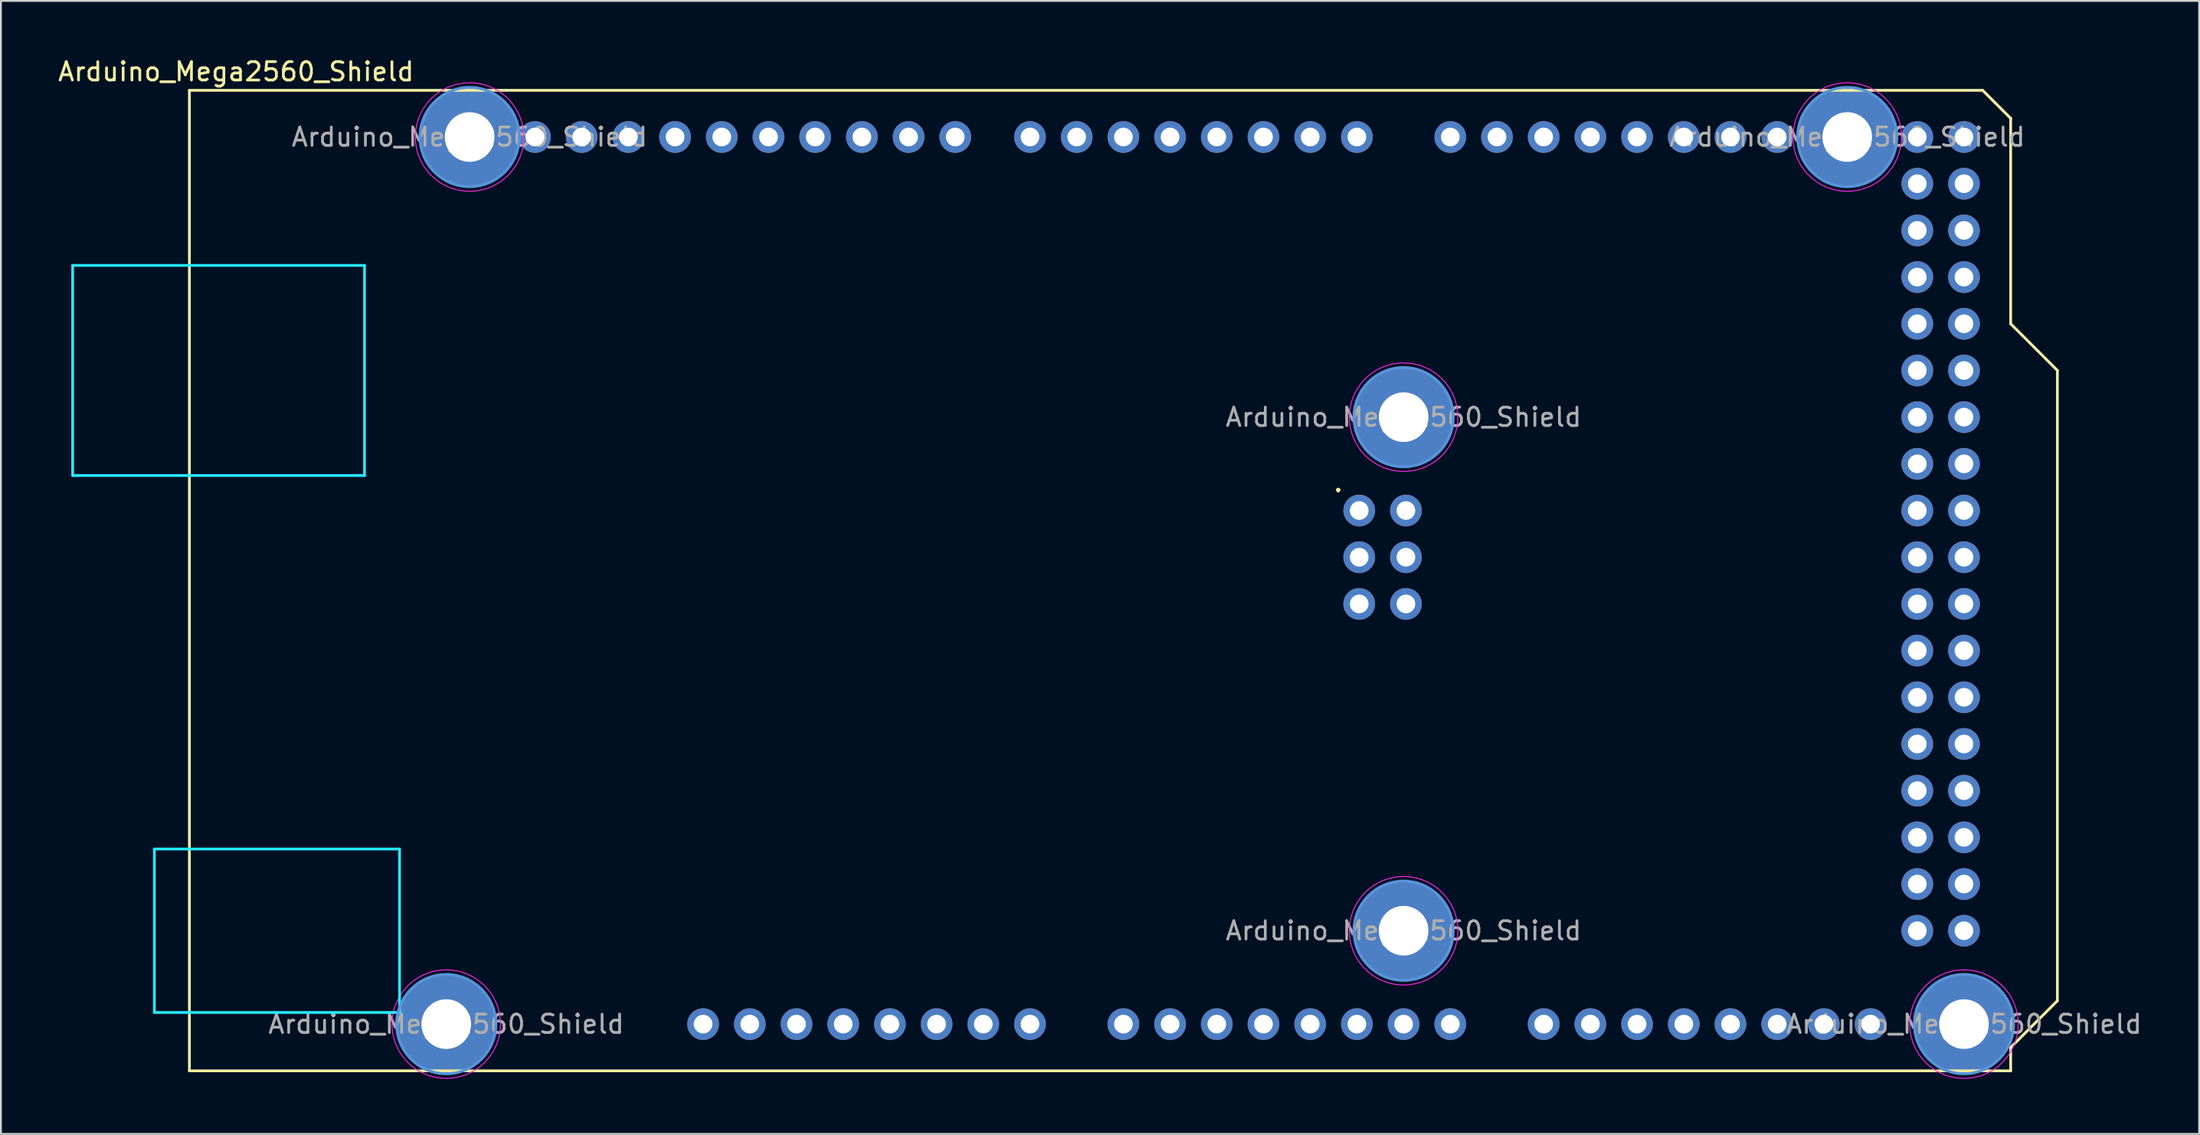
<source format=kicad_pcb>
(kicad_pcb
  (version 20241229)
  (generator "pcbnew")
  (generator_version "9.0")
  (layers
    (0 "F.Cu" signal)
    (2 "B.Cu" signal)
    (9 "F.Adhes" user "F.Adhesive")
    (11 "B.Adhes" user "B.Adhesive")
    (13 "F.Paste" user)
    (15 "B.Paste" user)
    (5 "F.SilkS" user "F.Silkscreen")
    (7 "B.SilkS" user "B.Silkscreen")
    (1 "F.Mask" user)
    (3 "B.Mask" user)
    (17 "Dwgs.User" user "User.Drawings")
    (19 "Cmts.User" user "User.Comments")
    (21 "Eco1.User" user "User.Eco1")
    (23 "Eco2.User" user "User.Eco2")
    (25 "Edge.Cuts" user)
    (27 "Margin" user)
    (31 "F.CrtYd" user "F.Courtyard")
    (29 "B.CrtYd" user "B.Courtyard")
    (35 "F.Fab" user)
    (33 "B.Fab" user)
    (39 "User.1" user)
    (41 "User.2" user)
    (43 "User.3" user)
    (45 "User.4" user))
  (footprint "Arduino_Mega2560_Shield"
    (layer "F.Cu")
    (at 7.252 55.204)
    (property "Reference" "Arduino_Mega2560_Shield" (at 2.54 -54.356 0) (layer "F.SilkS") (effects (font (size 1 1) (thickness 0.15))))
    (attr through_hole exclude_from_bom)
    (fp_line (start 0 -53.34) (end 0 0) (stroke (width 0.15) (type solid)) (layer "F.SilkS"))
    (fp_line (start 0 -53.34) (end 97.536 -53.34) (stroke (width 0.15) (type solid)) (layer "F.SilkS"))
    (fp_line (start 0 0) (end 99.06 0) (stroke (width 0.15) (type solid)) (layer "F.SilkS"))
    (fp_line (start 97.536 -53.34) (end 99.06 -51.816) (stroke (width 0.15) (type solid)) (layer "F.SilkS"))
    (fp_line (start 99.06 -40.64) (end 99.06 -51.816) (stroke (width 0.15) (type solid)) (layer "F.SilkS"))
    (fp_line (start 99.06 -1.27) (end 101.6 -3.81) (stroke (width 0.15) (type solid)) (layer "F.SilkS"))
    (fp_line (start 99.06 0) (end 99.06 -1.27) (stroke (width 0.15) (type solid)) (layer "F.SilkS"))
    (fp_line (start 101.6 -38.1) (end 99.06 -40.64) (stroke (width 0.15) (type solid)) (layer "F.SilkS"))
    (fp_line (start 101.6 -3.81) (end 101.6 -38.1) (stroke (width 0.15) (type solid)) (layer "F.SilkS"))
    (fp_circle (center 13.97 -2.54) (end 16.67 -2.54) (stroke (width 0.15) (type solid)) (fill no) (layer "Cmts.User"))
    (fp_circle (center 15.24 -50.8) (end 17.94 -50.8) (stroke (width 0.15) (type solid)) (fill no) (layer "Cmts.User"))
    (fp_circle (center 66.04 -35.56) (end 68.74 -35.56) (stroke (width 0.15) (type solid)) (fill no) (layer "Cmts.User"))
    (fp_circle (center 66.04 -7.62) (end 68.74 -7.62) (stroke (width 0.15) (type solid)) (fill no) (layer "Cmts.User"))
    (fp_circle (center 90.17 -50.8) (end 92.87 -50.8) (stroke (width 0.15) (type solid)) (fill no) (layer "Cmts.User"))
    (fp_circle (center 96.52 -2.54) (end 99.22 -2.54) (stroke (width 0.15) (type solid)) (fill no) (layer "Cmts.User"))
    (fp_line (start -6.35 -43.815) (end -6.35 -32.385) (stroke (width 0.15) (type solid)) (layer "B.CrtYd"))
    (fp_line (start -1.905 -12.065) (end -1.905 -3.175) (stroke (width 0.15) (type solid)) (layer "B.CrtYd"))
    (fp_line (start -1.905 -12.065) (end 11.43 -12.065) (stroke (width 0.15) (type solid)) (layer "B.CrtYd"))
    (fp_line (start -1.905 -3.175) (end 11.43 -3.175) (stroke (width 0.15) (type solid)) (layer "B.CrtYd"))
    (fp_line (start 9.525 -43.815) (end -6.35 -43.815) (stroke (width 0.15) (type solid)) (layer "B.CrtYd"))
    (fp_line (start 9.525 -43.815) (end 9.525 -32.385) (stroke (width 0.15) (type solid)) (layer "B.CrtYd"))
    (fp_line (start 9.525 -32.385) (end -6.35 -32.385) (stroke (width 0.15) (type solid)) (layer "B.CrtYd"))
    (fp_line (start 11.43 -12.065) (end 11.43 -3.175) (stroke (width 0.15) (type solid)) (layer "B.CrtYd"))
    (fp_circle (center 13.97 -2.54) (end 16.92 -2.54) (stroke (width 0.05) (type solid)) (fill no) (layer "F.CrtYd"))
    (fp_circle (center 15.24 -50.8) (end 18.19 -50.8) (stroke (width 0.05) (type solid)) (fill no) (layer "F.CrtYd"))
    (fp_circle (center 66.04 -35.56) (end 68.99 -35.56) (stroke (width 0.05) (type solid)) (fill no) (layer "F.CrtYd"))
    (fp_circle (center 66.04 -7.62) (end 68.99 -7.62) (stroke (width 0.05) (type solid)) (fill no) (layer "F.CrtYd"))
    (fp_circle (center 90.17 -50.8) (end 93.12 -50.8) (stroke (width 0.05) (type solid)) (fill no) (layer "F.CrtYd"))
    (fp_circle (center 96.52 -2.54) (end 99.47 -2.54) (stroke (width 0.05) (type solid)) (fill no) (layer "F.CrtYd"))
    (fp_text user "." (at 62.484 -32.004 0) (layer "F.SilkS") (effects (font (size 1 1) (thickness 0.15))))
    (fp_text user "${REFERENCE}" (at 13.97 -2.54 0) (layer "F.Fab") (effects (font (size 1 1) (thickness 0.15))))
    (fp_text user "${REFERENCE}" (at 66.04 -35.56 0) (layer "F.Fab") (effects (font (size 1 1) (thickness 0.15))))
    (fp_text user "${REFERENCE}" (at 15.24 -50.8 0) (layer "F.Fab") (effects (font (size 1 1) (thickness 0.15))))
    (fp_text user "${REFERENCE}" (at 90.17 -50.8 0) (layer "F.Fab") (effects (font (size 1 1) (thickness 0.15))))
    (fp_text user "${REFERENCE}" (at 96.52 -2.54 0) (layer "F.Fab") (effects (font (size 1 1) (thickness 0.15))))
    (fp_text user "${REFERENCE}" (at 66.04 -7.62 0) (layer "F.Fab") (effects (font (size 1 1) (thickness 0.15))))
    (pad "" thru_hole oval (at 27.94 -2.54) (size 1.727 1.727) (drill 1.016) (layers "*.Cu" "*.Mask"))
    (pad "1" thru_hole circle (at 13.97 -2.54) (size 5.4 5.4) (drill 2.7) (layers "*.Cu" "*.Mask"))
    (pad "1" thru_hole circle (at 15.24 -50.8) (size 5.4 5.4) (drill 2.7) (layers "*.Cu" "*.Mask"))
    (pad "1" thru_hole circle (at 66.04 -35.56) (size 5.4 5.4) (drill 2.7) (layers "*.Cu" "*.Mask"))
    (pad "1" thru_hole circle (at 66.04 -7.62) (size 5.4 5.4) (drill 2.7) (layers "*.Cu" "*.Mask"))
    (pad "1" thru_hole circle (at 90.17 -50.8) (size 5.4 5.4) (drill 2.7) (layers "*.Cu" "*.Mask"))
    (pad "1" thru_hole circle (at 96.52 -2.54) (size 5.4 5.4) (drill 2.7) (layers "*.Cu" "*.Mask"))
    (pad "3V3" thru_hole oval (at 35.56 -2.54) (size 1.727 1.727) (drill 1.016) (layers "*.Cu" "*.Mask"))
    (pad "5V1" thru_hole oval (at 38.1 -2.54) (size 1.727 1.727) (drill 1.016) (layers "*.Cu" "*.Mask"))
    (pad "5V2" thru_hole oval (at 66.167 -30.48) (size 1.727 1.727) (drill 1.016) (layers "*.Cu" "*.Mask"))
    (pad "5V3" thru_hole oval (at 93.98 -50.8) (size 1.727 1.727) (drill 1.016) (layers "*.Cu" "*.Mask"))
    (pad "5V4" thru_hole oval (at 96.52 -50.8) (size 1.727 1.727) (drill 1.016) (layers "*.Cu" "*.Mask"))
    (pad "A0" thru_hole oval (at 50.8 -2.54) (size 1.727 1.727) (drill 1.016) (layers "*.Cu" "*.Mask"))
    (pad "A1" thru_hole oval (at 53.34 -2.54) (size 1.727 1.727) (drill 1.016) (layers "*.Cu" "*.Mask"))
    (pad "A2" thru_hole oval (at 55.88 -2.54) (size 1.727 1.727) (drill 1.016) (layers "*.Cu" "*.Mask"))
    (pad "A3" thru_hole oval (at 58.42 -2.54) (size 1.727 1.727) (drill 1.016) (layers "*.Cu" "*.Mask"))
    (pad "A4" thru_hole oval (at 60.96 -2.54) (size 1.727 1.727) (drill 1.016) (layers "*.Cu" "*.Mask"))
    (pad "A5" thru_hole oval (at 63.5 -2.54) (size 1.727 1.727) (drill 1.016) (layers "*.Cu" "*.Mask"))
    (pad "A6" thru_hole oval (at 66.04 -2.54) (size 1.727 1.727) (drill 1.016) (layers "*.Cu" "*.Mask"))
    (pad "A7" thru_hole oval (at 68.58 -2.54) (size 1.727 1.727) (drill 1.016) (layers "*.Cu" "*.Mask"))
    (pad "A8" thru_hole oval (at 73.66 -2.54) (size 1.727 1.727) (drill 1.016) (layers "*.Cu" "*.Mask"))
    (pad "A9" thru_hole oval (at 76.2 -2.54) (size 1.727 1.727) (drill 1.016) (layers "*.Cu" "*.Mask"))
    (pad "A10" thru_hole oval (at 78.74 -2.54) (size 1.727 1.727) (drill 1.016) (layers "*.Cu" "*.Mask"))
    (pad "A11" thru_hole oval (at 81.28 -2.54) (size 1.727 1.727) (drill 1.016) (layers "*.Cu" "*.Mask"))
    (pad "A12" thru_hole oval (at 83.82 -2.54) (size 1.727 1.727) (drill 1.016) (layers "*.Cu" "*.Mask"))
    (pad "A13" thru_hole oval (at 86.36 -2.54) (size 1.727 1.727) (drill 1.016) (layers "*.Cu" "*.Mask"))
    (pad "A14" thru_hole oval (at 88.9 -2.54) (size 1.727 1.727) (drill 1.016) (layers "*.Cu" "*.Mask"))
    (pad "A15" thru_hole oval (at 91.44 -2.54) (size 1.727 1.727) (drill 1.016) (layers "*.Cu" "*.Mask"))
    (pad "AREF" thru_hole oval (at 23.876 -50.8) (size 1.727 1.727) (drill 1.016) (layers "*.Cu" "*.Mask"))
    (pad "D0" thru_hole oval (at 63.5 -50.8) (size 1.727 1.727) (drill 1.016) (layers "*.Cu" "*.Mask"))
    (pad "D1" thru_hole oval (at 60.96 -50.8) (size 1.727 1.727) (drill 1.016) (layers "*.Cu" "*.Mask"))
    (pad "D2" thru_hole oval (at 58.42 -50.8) (size 1.727 1.727) (drill 1.016) (layers "*.Cu" "*.Mask"))
    (pad "D3" thru_hole oval (at 55.88 -50.8) (size 1.727 1.727) (drill 1.016) (layers "*.Cu" "*.Mask"))
    (pad "D4" thru_hole oval (at 53.34 -50.8) (size 1.727 1.727) (drill 1.016) (layers "*.Cu" "*.Mask"))
    (pad "D5" thru_hole oval (at 50.8 -50.8) (size 1.727 1.727) (drill 1.016) (layers "*.Cu" "*.Mask"))
    (pad "D6" thru_hole oval (at 48.26 -50.8) (size 1.727 1.727) (drill 1.016) (layers "*.Cu" "*.Mask"))
    (pad "D7" thru_hole oval (at 45.72 -50.8) (size 1.727 1.727) (drill 1.016) (layers "*.Cu" "*.Mask"))
    (pad "D8" thru_hole oval (at 41.656 -50.8) (size 1.727 1.727) (drill 1.016) (layers "*.Cu" "*.Mask"))
    (pad "D9" thru_hole oval (at 39.116 -50.8) (size 1.727 1.727) (drill 1.016) (layers "*.Cu" "*.Mask"))
    (pad "D10" thru_hole oval (at 36.576 -50.8) (size 1.727 1.727) (drill 1.016) (layers "*.Cu" "*.Mask"))
    (pad "D11" thru_hole oval (at 34.036 -50.8) (size 1.727 1.727) (drill 1.016) (layers "*.Cu" "*.Mask"))
    (pad "D12" thru_hole oval (at 31.496 -50.8) (size 1.727 1.727) (drill 1.016) (layers "*.Cu" "*.Mask"))
    (pad "D13" thru_hole oval (at 28.956 -50.8) (size 1.727 1.727) (drill 1.016) (layers "*.Cu" "*.Mask"))
    (pad "D14" thru_hole oval (at 68.58 -50.8) (size 1.727 1.727) (drill 1.016) (layers "*.Cu" "*.Mask"))
    (pad "D15" thru_hole oval (at 71.12 -50.8) (size 1.727 1.727) (drill 1.016) (layers "*.Cu" "*.Mask"))
    (pad "D16" thru_hole oval (at 73.66 -50.8) (size 1.727 1.727) (drill 1.016) (layers "*.Cu" "*.Mask"))
    (pad "D17" thru_hole oval (at 76.2 -50.8) (size 1.727 1.727) (drill 1.016) (layers "*.Cu" "*.Mask"))
    (pad "D18" thru_hole oval (at 78.74 -50.8) (size 1.727 1.727) (drill 1.016) (layers "*.Cu" "*.Mask"))
    (pad "D19" thru_hole oval (at 81.28 -50.8) (size 1.727 1.727) (drill 1.016) (layers "*.Cu" "*.Mask"))
    (pad "D20" thru_hole oval (at 83.82 -50.8) (size 1.727 1.727) (drill 1.016) (layers "*.Cu" "*.Mask"))
    (pad "D21" thru_hole oval (at 86.36 -50.8) (size 1.727 1.727) (drill 1.016) (layers "*.Cu" "*.Mask"))
    (pad "D22" thru_hole oval (at 93.98 -48.26) (size 1.727 1.727) (drill 1.016) (layers "*.Cu" "*.Mask"))
    (pad "D23" thru_hole oval (at 96.52 -48.26) (size 1.727 1.727) (drill 1.016) (layers "*.Cu" "*.Mask"))
    (pad "D24" thru_hole oval (at 93.98 -45.72) (size 1.727 1.727) (drill 1.016) (layers "*.Cu" "*.Mask"))
    (pad "D25" thru_hole oval (at 96.52 -45.72) (size 1.727 1.727) (drill 1.016) (layers "*.Cu" "*.Mask"))
    (pad "D26" thru_hole oval (at 93.98 -43.18) (size 1.727 1.727) (drill 1.016) (layers "*.Cu" "*.Mask"))
    (pad "D27" thru_hole oval (at 96.52 -43.18) (size 1.727 1.727) (drill 1.016) (layers "*.Cu" "*.Mask"))
    (pad "D28" thru_hole oval (at 93.98 -40.64) (size 1.727 1.727) (drill 1.016) (layers "*.Cu" "*.Mask"))
    (pad "D29" thru_hole oval (at 96.52 -40.64) (size 1.727 1.727) (drill 1.016) (layers "*.Cu" "*.Mask"))
    (pad "D30" thru_hole oval (at 93.98 -38.1) (size 1.727 1.727) (drill 1.016) (layers "*.Cu" "*.Mask"))
    (pad "D31" thru_hole oval (at 96.52 -38.1) (size 1.727 1.727) (drill 1.016) (layers "*.Cu" "*.Mask"))
    (pad "D32" thru_hole oval (at 93.98 -35.56) (size 1.727 1.727) (drill 1.016) (layers "*.Cu" "*.Mask"))
    (pad "D33" thru_hole oval (at 96.52 -35.56) (size 1.727 1.727) (drill 1.016) (layers "*.Cu" "*.Mask"))
    (pad "D34" thru_hole oval (at 93.98 -33.02) (size 1.727 1.727) (drill 1.016) (layers "*.Cu" "*.Mask"))
    (pad "D35" thru_hole oval (at 96.52 -33.02) (size 1.727 1.727) (drill 1.016) (layers "*.Cu" "*.Mask"))
    (pad "D36" thru_hole oval (at 93.98 -30.48) (size 1.727 1.727) (drill 1.016) (layers "*.Cu" "*.Mask"))
    (pad "D37" thru_hole oval (at 96.52 -30.48) (size 1.727 1.727) (drill 1.016) (layers "*.Cu" "*.Mask"))
    (pad "D38" thru_hole oval (at 93.98 -27.94) (size 1.727 1.727) (drill 1.016) (layers "*.Cu" "*.Mask"))
    (pad "D39" thru_hole oval (at 96.52 -27.94) (size 1.727 1.727) (drill 1.016) (layers "*.Cu" "*.Mask"))
    (pad "D40" thru_hole oval (at 93.98 -25.4) (size 1.727 1.727) (drill 1.016) (layers "*.Cu" "*.Mask"))
    (pad "D41" thru_hole oval (at 96.52 -25.4) (size 1.727 1.727) (drill 1.016) (layers "*.Cu" "*.Mask"))
    (pad "D42" thru_hole oval (at 93.98 -22.86) (size 1.727 1.727) (drill 1.016) (layers "*.Cu" "*.Mask"))
    (pad "D43" thru_hole oval (at 96.52 -22.86) (size 1.727 1.727) (drill 1.016) (layers "*.Cu" "*.Mask"))
    (pad "D44" thru_hole oval (at 93.98 -20.32) (size 1.727 1.727) (drill 1.016) (layers "*.Cu" "*.Mask"))
    (pad "D45" thru_hole oval (at 96.52 -20.32) (size 1.727 1.727) (drill 1.016) (layers "*.Cu" "*.Mask"))
    (pad "D46" thru_hole oval (at 93.98 -17.78) (size 1.727 1.727) (drill 1.016) (layers "*.Cu" "*.Mask"))
    (pad "D47" thru_hole oval (at 96.52 -17.78) (size 1.727 1.727) (drill 1.016) (layers "*.Cu" "*.Mask"))
    (pad "D48" thru_hole oval (at 93.98 -15.24) (size 1.727 1.727) (drill 1.016) (layers "*.Cu" "*.Mask"))
    (pad "D49" thru_hole oval (at 96.52 -15.24) (size 1.727 1.727) (drill 1.016) (layers "*.Cu" "*.Mask"))
    (pad "D50" thru_hole oval (at 93.98 -12.7) (size 1.727 1.727) (drill 1.016) (layers "*.Cu" "*.Mask"))
    (pad "D51" thru_hole oval (at 96.52 -12.7) (size 1.727 1.727) (drill 1.016) (layers "*.Cu" "*.Mask"))
    (pad "D52" thru_hole oval (at 93.98 -10.16) (size 1.727 1.727) (drill 1.016) (layers "*.Cu" "*.Mask"))
    (pad "D53" thru_hole oval (at 96.52 -10.16) (size 1.727 1.727) (drill 1.016) (layers "*.Cu" "*.Mask"))
    (pad "GND1" thru_hole oval (at 26.416 -50.8) (size 1.727 1.727) (drill 1.016) (layers "*.Cu" "*.Mask"))
    (pad "GND2" thru_hole oval (at 40.64 -2.54) (size 1.727 1.727) (drill 1.016) (layers "*.Cu" "*.Mask"))
    (pad "GND3" thru_hole oval (at 43.18 -2.54) (size 1.727 1.727) (drill 1.016) (layers "*.Cu" "*.Mask"))
    (pad "GND4" thru_hole oval (at 66.167 -25.4) (size 1.727 1.727) (drill 1.016) (layers "*.Cu" "*.Mask"))
    (pad "GND5" thru_hole oval (at 93.98 -7.62) (size 1.727 1.727) (drill 1.016) (layers "*.Cu" "*.Mask"))
    (pad "GND6" thru_hole oval (at 96.52 -7.62) (size 1.727 1.727) (drill 1.016) (layers "*.Cu" "*.Mask"))
    (pad "IORF" thru_hole oval (at 30.48 -2.54) (size 1.727 1.727) (drill 1.016) (layers "*.Cu" "*.Mask"))
    (pad "MISO" thru_hole oval (at 63.627 -30.48) (size 1.727 1.727) (drill 1.016) (layers "*.Cu" "*.Mask"))
    (pad "MOSI" thru_hole oval (at 66.167 -27.94) (size 1.727 1.727) (drill 1.016) (layers "*.Cu" "*.Mask"))
    (pad "RST1" thru_hole oval (at 33.02 -2.54) (size 1.727 1.727) (drill 1.016) (layers "*.Cu" "*.Mask"))
    (pad "RST2" thru_hole oval (at 63.627 -25.4) (size 1.727 1.727) (drill 1.016) (layers "*.Cu" "*.Mask"))
    (pad "SCK" thru_hole oval (at 63.627 -27.94) (size 1.727 1.727) (drill 1.016) (layers "*.Cu" "*.Mask"))
    (pad "SCL" thru_hole oval (at 18.796 -50.8) (size 1.727 1.727) (drill 1.016) (layers "*.Cu" "*.Mask"))
    (pad "SDA" thru_hole oval (at 21.336 -50.8) (size 1.727 1.727) (drill 1.016) (layers "*.Cu" "*.Mask"))
    (pad "VIN" thru_hole oval (at 45.72 -2.54) (size 1.727 1.727) (drill 1.016) (layers "*.Cu" "*.Mask")))
  (gr_rect
    (start -3 -3)
    (end 116.563 58.639)
    (stroke (width 0.1) (type default))
    (fill no)
    (layer "Edge.Cuts")))
</source>
